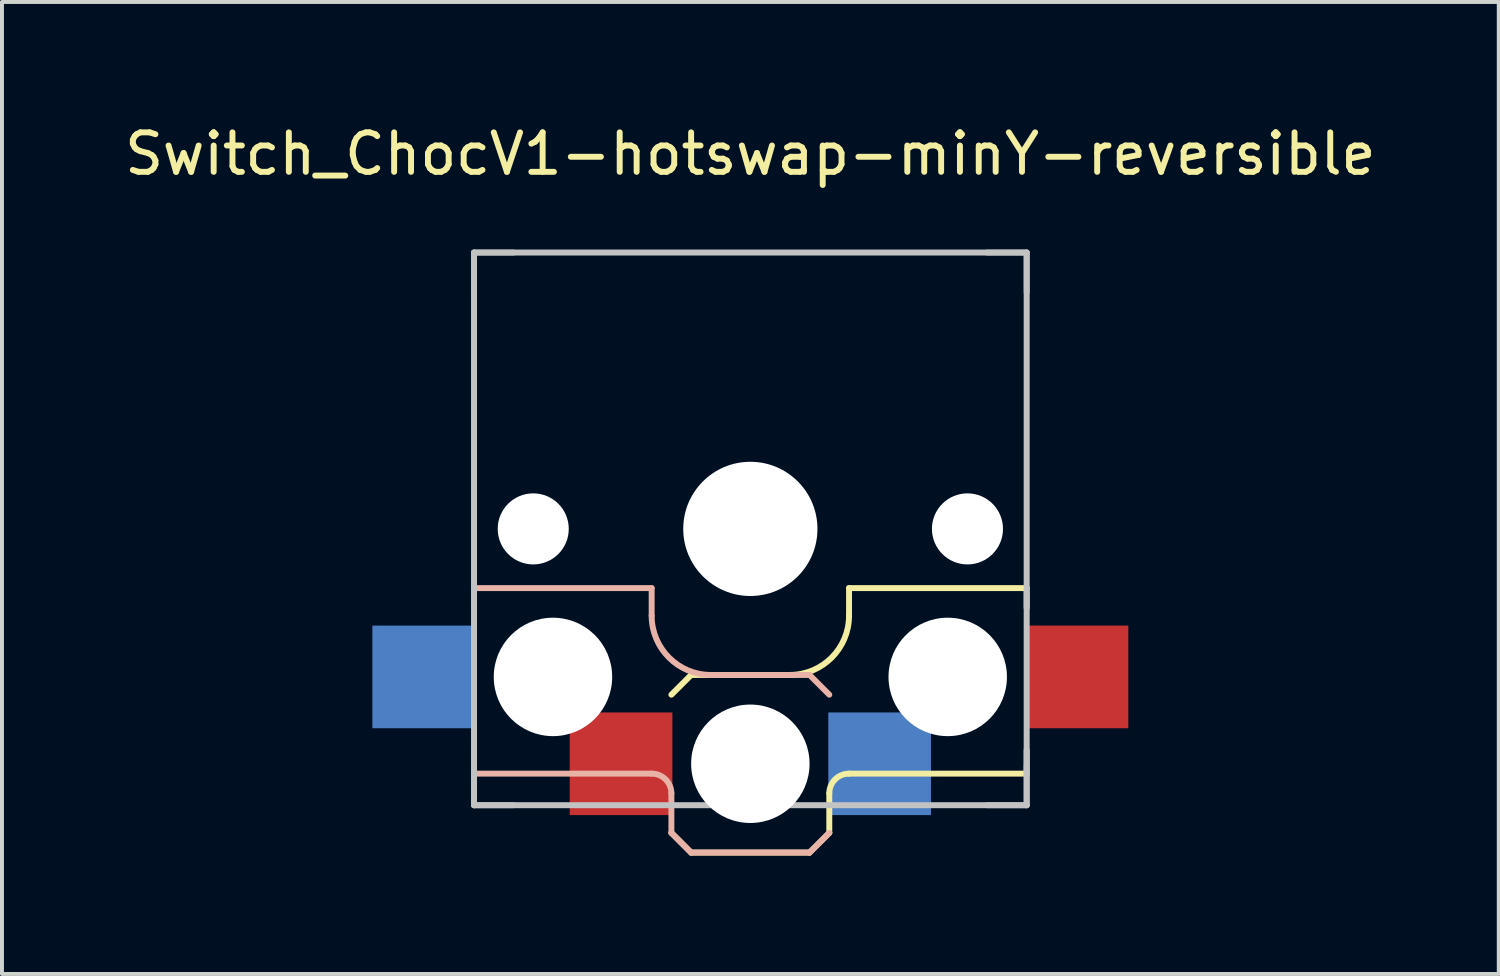
<source format=kicad_pcb>
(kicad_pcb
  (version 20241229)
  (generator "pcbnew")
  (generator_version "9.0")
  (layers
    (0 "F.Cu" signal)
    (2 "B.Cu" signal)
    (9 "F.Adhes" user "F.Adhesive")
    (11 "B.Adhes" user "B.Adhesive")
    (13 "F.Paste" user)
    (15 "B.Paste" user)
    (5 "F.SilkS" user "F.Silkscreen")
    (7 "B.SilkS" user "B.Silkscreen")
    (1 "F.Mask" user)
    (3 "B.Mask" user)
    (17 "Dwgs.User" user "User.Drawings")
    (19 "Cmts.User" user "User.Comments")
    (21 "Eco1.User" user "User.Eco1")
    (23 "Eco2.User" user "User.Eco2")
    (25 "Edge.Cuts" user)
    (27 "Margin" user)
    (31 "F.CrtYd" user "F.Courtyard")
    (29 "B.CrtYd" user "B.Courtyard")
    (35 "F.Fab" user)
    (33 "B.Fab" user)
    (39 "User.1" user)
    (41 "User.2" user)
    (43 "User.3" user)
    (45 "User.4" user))
  (footprint "Switch_ChocV1-hotswap-minY-reversible"
    (layer "F.Cu")
    (at 15.958 10.348)
    (property "Reference" "Switch_ChocV1-hotswap-minY-reversible" (at 0 -9.5 0) (layer "F.SilkS") (effects (font (size 1 1) (thickness 0.15))))
    (attr smd)
    (fp_line (start -2 4.2) (end -1.5 3.7) (stroke (width 0.15) (type solid)) (layer "F.SilkS"))
    (fp_line (start -2 7.7) (end -1.5 8.2) (stroke (width 0.15) (type solid)) (layer "F.SilkS"))
    (fp_line (start -1.5 3.7) (end 1 3.7) (stroke (width 0.15) (type solid)) (layer "F.SilkS"))
    (fp_line (start -1.5 8.2) (end 1.5 8.2) (stroke (width 0.15) (type solid)) (layer "F.SilkS"))
    (fp_line (start 1.5 8.2) (end 2 7.7) (stroke (width 0.15) (type solid)) (layer "F.SilkS"))
    (fp_line (start 2 6.7) (end 2 7.7) (stroke (width 0.15) (type solid)) (layer "F.SilkS"))
    (fp_line (start 2.5 1.5) (end 7 1.5) (stroke (width 0.15) (type solid)) (layer "F.SilkS"))
    (fp_line (start 2.5 2.2) (end 2.5 1.5) (stroke (width 0.15) (type solid)) (layer "F.SilkS"))
    (fp_line (start 7 1.5) (end 7 2) (stroke (width 0.15) (type solid)) (layer "F.SilkS"))
    (fp_line (start 7 5.6) (end 7 6.2) (stroke (width 0.15) (type solid)) (layer "F.SilkS"))
    (fp_line (start 7 6.2) (end 2.5 6.2) (stroke (width 0.15) (type solid)) (layer "F.SilkS"))
    (fp_arc (start 2 6.7) (mid 2.146447 6.346447) (end 2.5 6.2) (stroke (width 0.15) (type solid)) (layer "F.SilkS"))
    (fp_arc (start 2.5 2.2) (mid 2.06066 3.26066) (end 1 3.7) (stroke (width 0.15) (type solid)) (layer "F.SilkS"))
    (fp_line (start -7 1.5) (end -7 2) (stroke (width 0.15) (type solid)) (layer "B.SilkS"))
    (fp_line (start -7 5.6) (end -7 6.2) (stroke (width 0.15) (type solid)) (layer "B.SilkS"))
    (fp_line (start -7 6.2) (end -2.5 6.2) (stroke (width 0.15) (type solid)) (layer "B.SilkS"))
    (fp_line (start -2.5 1.5) (end -7 1.5) (stroke (width 0.15) (type solid)) (layer "B.SilkS"))
    (fp_line (start -2.5 2.2) (end -2.5 1.5) (stroke (width 0.15) (type solid)) (layer "B.SilkS"))
    (fp_line (start -2 6.7) (end -2 7.7) (stroke (width 0.15) (type solid)) (layer "B.SilkS"))
    (fp_line (start -1.5 8.2) (end -2 7.7) (stroke (width 0.15) (type solid)) (layer "B.SilkS"))
    (fp_line (start 1.5 3.7) (end -1 3.7) (stroke (width 0.15) (type solid)) (layer "B.SilkS"))
    (fp_line (start 1.5 8.2) (end -1.5 8.2) (stroke (width 0.15) (type solid)) (layer "B.SilkS"))
    (fp_line (start 2 4.2) (end 1.5 3.7) (stroke (width 0.15) (type solid)) (layer "B.SilkS"))
    (fp_line (start 2 7.7) (end 1.5 8.2) (stroke (width 0.15) (type solid)) (layer "B.SilkS"))
    (fp_arc (start -2.5 6.2) (mid -2.146447 6.346447) (end -2 6.7) (stroke (width 0.15) (type solid)) (layer "B.SilkS"))
    (fp_arc (start -1 3.7) (mid -2.06066 3.26066) (end -2.5 2.2) (stroke (width 0.15) (type solid)) (layer "B.SilkS"))
    (fp_line (start -7 -7) (end 7 -7) (stroke (width 0.152) (type solid)) (layer "Dwgs.User"))
    (fp_line (start -7 7) (end -7 -7) (stroke (width 0.152) (type solid)) (layer "Dwgs.User"))
    (fp_line (start 7 -7) (end 7 7) (stroke (width 0.152) (type solid)) (layer "Dwgs.User"))
    (fp_line (start 7 7) (end -7 7) (stroke (width 0.152) (type solid)) (layer "Dwgs.User"))
    (fp_line (start -9 -7.7) (end 9 -7.7) (stroke (width 0.152) (type solid)) (layer "Eco2.User"))
    (fp_line (start -9 7.7) (end -9 -7.7) (stroke (width 0.152) (type solid)) (layer "Eco2.User"))
    (fp_line (start -2.6 -3.1) (end -2.6 -6.3) (stroke (width 0.15) (type solid)) (layer "Eco2.User"))
    (fp_line (start -2.6 -3.1) (end 2.6 -3.1) (stroke (width 0.15) (type solid)) (layer "Eco2.User"))
    (fp_line (start 2.6 -6.3) (end -2.6 -6.3) (stroke (width 0.15) (type solid)) (layer "Eco2.User"))
    (fp_line (start 2.6 -3.1) (end 2.6 -6.3) (stroke (width 0.15) (type solid)) (layer "Eco2.User"))
    (fp_line (start 9 -7.7) (end 9 7.7) (stroke (width 0.152) (type solid)) (layer "Eco2.User"))
    (fp_line (start 9 7.7) (end -9 7.7) (stroke (width 0.152) (type solid)) (layer "Eco2.User"))
    (fp_line (start -7 -7) (end -6 -7) (stroke (width 0.15) (type solid)) (layer "F.Fab"))
    (fp_line (start -7 -6) (end -7 -7) (stroke (width 0.15) (type solid)) (layer "F.Fab"))
    (fp_line (start -7 7) (end -7 6) (stroke (width 0.15) (type solid)) (layer "F.Fab"))
    (fp_line (start -6 7) (end -7 7) (stroke (width 0.15) (type solid)) (layer "F.Fab"))
    (fp_line (start 6 -7) (end 7 -7) (stroke (width 0.15) (type solid)) (layer "F.Fab"))
    (fp_line (start 7 -7) (end 7 -6) (stroke (width 0.15) (type solid)) (layer "F.Fab"))
    (fp_line (start 7 6) (end 7 7) (stroke (width 0.15) (type solid)) (layer "F.Fab"))
    (fp_line (start 7 7) (end 6 7) (stroke (width 0.15) (type solid)) (layer "F.Fab"))
    (pad "" np_thru_hole circle (at -5.5 0) (size 1.8 1.8) (drill 1.8) (layers "*.Cu" "*.Mask"))
    (pad "" np_thru_hole circle (at -5 3.75) (size 3 3) (drill 3) (layers "*.Cu" "*.Mask"))
    (pad "" np_thru_hole circle (at 0 0) (size 3.4 3.4) (drill 3.4) (layers "*.Cu" "*.Mask"))
    (pad "" np_thru_hole circle (at 0 5.95) (size 3 3) (drill 3) (layers "*.Cu" "*.Mask"))
    (pad "" np_thru_hole circle (at 5 3.75) (size 3 3) (drill 3) (layers "*.Cu" "*.Mask"))
    (pad "" np_thru_hole circle (at 5.5 0) (size 1.8 1.8) (drill 1.8) (layers "*.Cu" "*.Mask"))
    (pad "1" smd rect (at -3.275 5.95) (size 2.6 2.6) (layers "F.Cu" "F.Mask" "F.Paste"))
    (pad "1" smd rect (at 3.275 5.95) (size 2.6 2.6) (layers "B.Cu" "B.Mask" "B.Paste"))
    (pad "2" smd rect (at -8.275 3.75) (size 2.6 2.6) (layers "B.Cu" "B.Mask" "B.Paste"))
    (pad "2" smd rect (at 8.275 3.75) (size 2.6 2.6) (layers "F.Cu" "F.Mask" "F.Paste")))
  (gr_rect
    (start -3 -3)
    (end 34.917 21.623)
    (stroke (width 0.1) (type default))
    (fill no)
    (layer "Edge.Cuts")))
</source>
